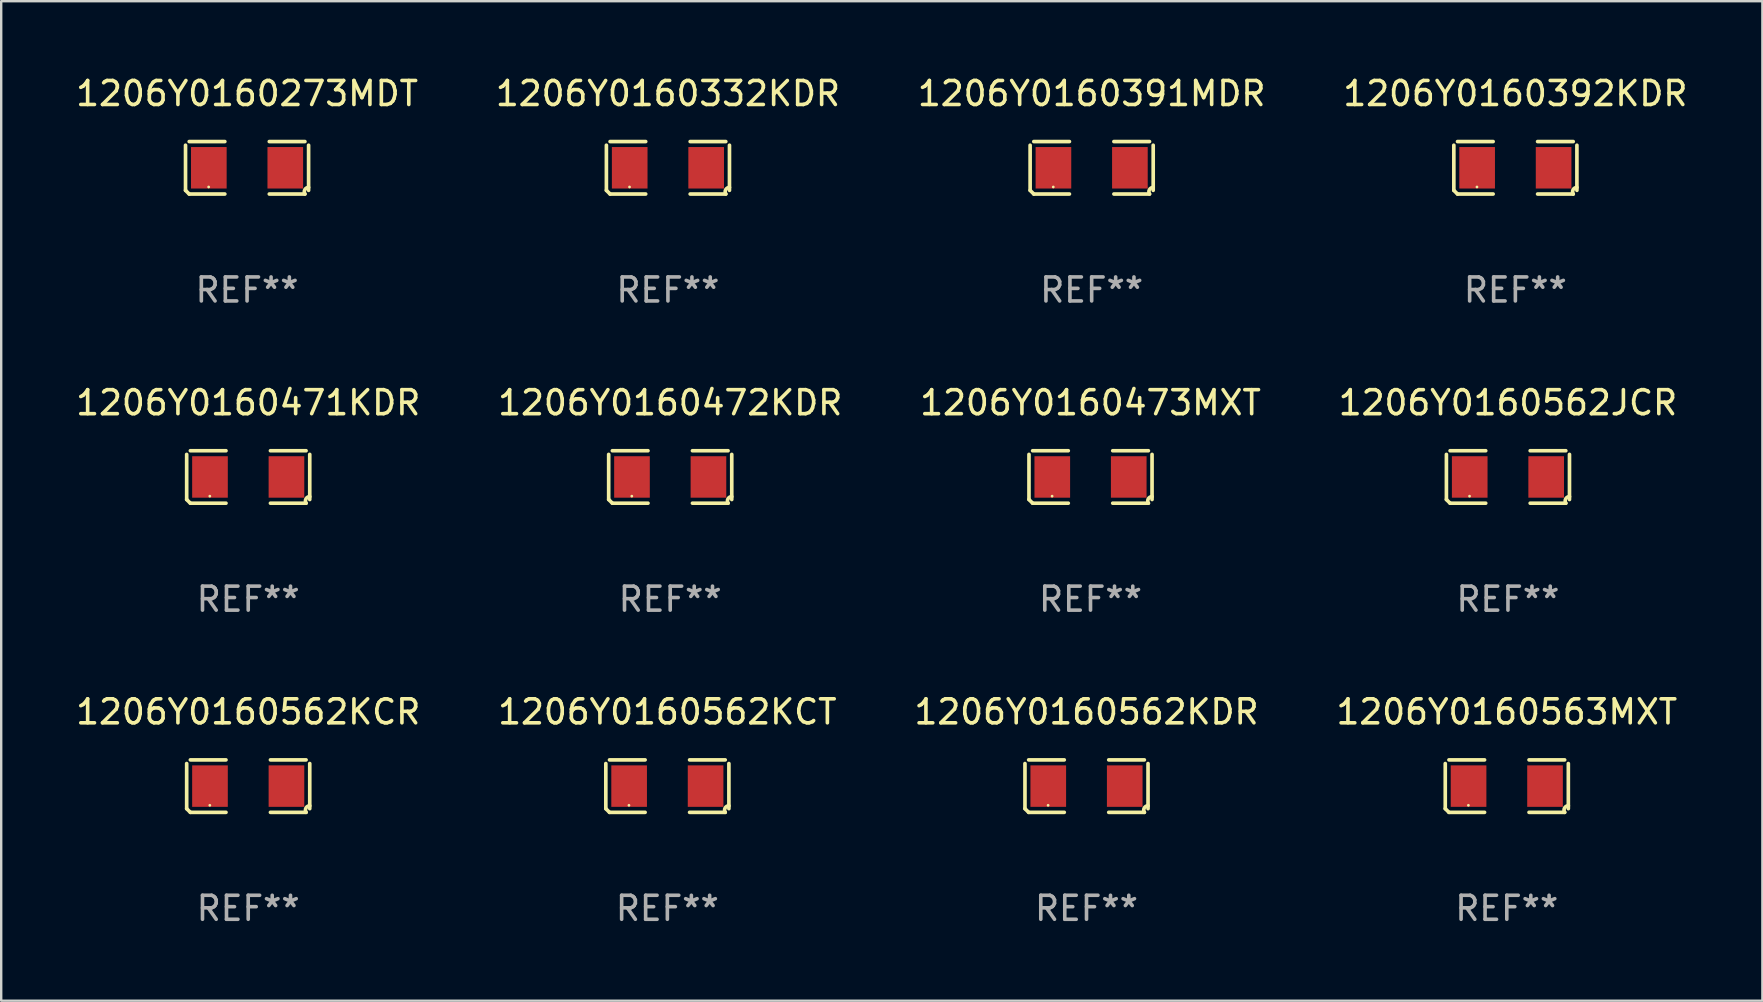
<source format=kicad_pcb>
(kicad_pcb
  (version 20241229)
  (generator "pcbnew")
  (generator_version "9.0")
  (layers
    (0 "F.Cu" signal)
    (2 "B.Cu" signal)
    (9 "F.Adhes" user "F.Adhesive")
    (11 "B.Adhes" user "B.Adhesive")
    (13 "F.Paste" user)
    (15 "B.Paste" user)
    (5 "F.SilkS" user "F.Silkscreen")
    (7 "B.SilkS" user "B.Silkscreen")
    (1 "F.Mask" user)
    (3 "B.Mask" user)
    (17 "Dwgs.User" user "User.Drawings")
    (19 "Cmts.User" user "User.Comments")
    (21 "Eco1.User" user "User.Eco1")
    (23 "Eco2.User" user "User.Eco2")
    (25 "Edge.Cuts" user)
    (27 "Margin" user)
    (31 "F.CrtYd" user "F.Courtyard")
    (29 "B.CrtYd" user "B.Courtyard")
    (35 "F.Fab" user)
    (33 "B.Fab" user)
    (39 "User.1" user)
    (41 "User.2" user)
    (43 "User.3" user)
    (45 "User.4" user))
  (footprint "1206Y0160332KDR"
    (layer "F.Cu")
    (at 24.78 3.941)
    (property "Reference" "1206Y0160332KDR" (at 0 -3.093 0) (layer "F.SilkS") (effects (font (size 1 1) (thickness 0.15))))
    (attr through_hole)
    (fp_line (start -2.564 0.94) (end -2.564 -0.94) (stroke (width 0.152) (type solid)) (layer "F.SilkS"))
    (fp_line (start -2.411 -1.093) (end -0.926 -1.093) (stroke (width 0.152) (type solid)) (layer "F.SilkS"))
    (fp_line (start -0.926 1.093) (end -2.411 1.093) (stroke (width 0.152) (type solid)) (layer "F.SilkS"))
    (fp_line (start 0.926 1.093) (end 2.411 1.093) (stroke (width 0.152) (type solid)) (layer "F.SilkS"))
    (fp_line (start 2.411 -1.093) (end 0.926 -1.093) (stroke (width 0.152) (type solid)) (layer "F.SilkS"))
    (fp_line (start 2.564 0.94) (end 2.564 -0.94) (stroke (width 0.152) (type solid)) (layer "F.SilkS"))
    (fp_arc (start -2.411201 1.092609) (mid -2.487413 1.01642) (end -2.563602 0.940208) (stroke (width 0.1524) (type solid)) (layer "F.SilkS"))
    (fp_arc (start 2.411201 1.092609) (mid 2.407159 0.911226) (end 2.563602 0.819347) (stroke (width 0.1524) (type solid)) (layer "F.SilkS"))
    (fp_circle (center -1.6 0.8) (end -1.57 0.8) (stroke (width 0.06) (type solid)) (fill no) (layer "F.SilkS"))
    (fp_text user "REF**" (at 0 5.093 0) (layer "F.Fab") (effects (font (size 1 1) (thickness 0.15))))
    (pad "1" smd rect (at -1.593 0) (size 1.485 1.728) (layers "F.Cu" "F.Mask" "F.Paste"))
    (pad "2" smd rect (at 1.593 0) (size 1.485 1.728) (layers "F.Cu" "F.Mask" "F.Paste")))
  (footprint "1206Y0160391MDR"
    (layer "F.Cu")
    (at 42.435 3.941)
    (property "Reference" "1206Y0160391MDR" (at 0 -3.093 0) (layer "F.SilkS") (effects (font (size 1 1) (thickness 0.15))))
    (attr through_hole)
    (fp_line (start -2.564 0.94) (end -2.564 -0.94) (stroke (width 0.152) (type solid)) (layer "F.SilkS"))
    (fp_line (start -2.411 -1.093) (end -0.926 -1.093) (stroke (width 0.152) (type solid)) (layer "F.SilkS"))
    (fp_line (start -0.926 1.093) (end -2.411 1.093) (stroke (width 0.152) (type solid)) (layer "F.SilkS"))
    (fp_line (start 0.926 1.093) (end 2.411 1.093) (stroke (width 0.152) (type solid)) (layer "F.SilkS"))
    (fp_line (start 2.411 -1.093) (end 0.926 -1.093) (stroke (width 0.152) (type solid)) (layer "F.SilkS"))
    (fp_line (start 2.564 0.94) (end 2.564 -0.94) (stroke (width 0.152) (type solid)) (layer "F.SilkS"))
    (fp_arc (start -2.411201 1.092609) (mid -2.487413 1.01642) (end -2.563602 0.940208) (stroke (width 0.1524) (type solid)) (layer "F.SilkS"))
    (fp_arc (start 2.411201 1.092609) (mid 2.407159 0.911226) (end 2.563602 0.819347) (stroke (width 0.1524) (type solid)) (layer "F.SilkS"))
    (fp_circle (center -1.6 0.8) (end -1.57 0.8) (stroke (width 0.06) (type solid)) (fill no) (layer "F.SilkS"))
    (fp_text user "REF**" (at 0 5.093 0) (layer "F.Fab") (effects (font (size 1 1) (thickness 0.15))))
    (pad "1" smd rect (at -1.593 0) (size 1.485 1.728) (layers "F.Cu" "F.Mask" "F.Paste"))
    (pad "2" smd rect (at 1.593 0) (size 1.485 1.728) (layers "F.Cu" "F.Mask" "F.Paste")))
  (footprint "1206Y0160273MDT"
    (layer "F.Cu")
    (at 7.244 3.941)
    (property "Reference" "1206Y0160273MDT" (at 0 -3.093 0) (layer "F.SilkS") (effects (font (size 1 1) (thickness 0.15))))
    (attr through_hole)
    (fp_line (start -2.564 0.94) (end -2.564 -0.94) (stroke (width 0.152) (type solid)) (layer "F.SilkS"))
    (fp_line (start -2.411 -1.093) (end -0.926 -1.093) (stroke (width 0.152) (type solid)) (layer "F.SilkS"))
    (fp_line (start -0.926 1.093) (end -2.411 1.093) (stroke (width 0.152) (type solid)) (layer "F.SilkS"))
    (fp_line (start 0.926 1.093) (end 2.411 1.093) (stroke (width 0.152) (type solid)) (layer "F.SilkS"))
    (fp_line (start 2.411 -1.093) (end 0.926 -1.093) (stroke (width 0.152) (type solid)) (layer "F.SilkS"))
    (fp_line (start 2.564 0.94) (end 2.564 -0.94) (stroke (width 0.152) (type solid)) (layer "F.SilkS"))
    (fp_arc (start -2.411201 1.092609) (mid -2.487413 1.01642) (end -2.563602 0.940208) (stroke (width 0.1524) (type solid)) (layer "F.SilkS"))
    (fp_arc (start 2.411201 1.092609) (mid 2.407159 0.911226) (end 2.563602 0.819347) (stroke (width 0.1524) (type solid)) (layer "F.SilkS"))
    (fp_circle (center -1.6 0.8) (end -1.57 0.8) (stroke (width 0.06) (type solid)) (fill no) (layer "F.SilkS"))
    (fp_text user "REF**" (at 0 5.093 0) (layer "F.Fab") (effects (font (size 1 1) (thickness 0.15))))
    (pad "1" smd rect (at -1.593 0) (size 1.485 1.728) (layers "F.Cu" "F.Mask" "F.Paste"))
    (pad "2" smd rect (at 1.593 0) (size 1.485 1.728) (layers "F.Cu" "F.Mask" "F.Paste")))
  (footprint "1206Y0160563MXT"
    (layer "F.Cu")
    (at 59.732 29.704)
    (property "Reference" "1206Y0160563MXT" (at 0 -3.093 0) (layer "F.SilkS") (effects (font (size 1 1) (thickness 0.15))))
    (attr through_hole)
    (fp_line (start -2.564 0.94) (end -2.564 -0.94) (stroke (width 0.152) (type solid)) (layer "F.SilkS"))
    (fp_line (start -2.411 -1.093) (end -0.926 -1.093) (stroke (width 0.152) (type solid)) (layer "F.SilkS"))
    (fp_line (start -0.926 1.093) (end -2.411 1.093) (stroke (width 0.152) (type solid)) (layer "F.SilkS"))
    (fp_line (start 0.926 1.093) (end 2.411 1.093) (stroke (width 0.152) (type solid)) (layer "F.SilkS"))
    (fp_line (start 2.411 -1.093) (end 0.926 -1.093) (stroke (width 0.152) (type solid)) (layer "F.SilkS"))
    (fp_line (start 2.564 0.94) (end 2.564 -0.94) (stroke (width 0.152) (type solid)) (layer "F.SilkS"))
    (fp_arc (start -2.411201 1.092609) (mid -2.487413 1.01642) (end -2.563602 0.940208) (stroke (width 0.1524) (type solid)) (layer "F.SilkS"))
    (fp_arc (start 2.411201 1.092609) (mid 2.407159 0.911226) (end 2.563602 0.819347) (stroke (width 0.1524) (type solid)) (layer "F.SilkS"))
    (fp_circle (center -1.6 0.8) (end -1.57 0.8) (stroke (width 0.06) (type solid)) (fill no) (layer "F.SilkS"))
    (fp_text user "REF**" (at 0 5.093 0) (layer "F.Fab") (effects (font (size 1 1) (thickness 0.15))))
    (pad "1" smd rect (at -1.593 0) (size 1.485 1.728) (layers "F.Cu" "F.Mask" "F.Paste"))
    (pad "2" smd rect (at 1.593 0) (size 1.485 1.728) (layers "F.Cu" "F.Mask" "F.Paste")))
  (footprint "1206Y0160473MXT"
    (layer "F.Cu")
    (at 42.387 16.823)
    (property "Reference" "1206Y0160473MXT" (at 0 -3.093 0) (layer "F.SilkS") (effects (font (size 1 1) (thickness 0.15))))
    (attr through_hole)
    (fp_line (start -2.564 0.94) (end -2.564 -0.94) (stroke (width 0.152) (type solid)) (layer "F.SilkS"))
    (fp_line (start -2.411 -1.093) (end -0.926 -1.093) (stroke (width 0.152) (type solid)) (layer "F.SilkS"))
    (fp_line (start -0.926 1.093) (end -2.411 1.093) (stroke (width 0.152) (type solid)) (layer "F.SilkS"))
    (fp_line (start 0.926 1.093) (end 2.411 1.093) (stroke (width 0.152) (type solid)) (layer "F.SilkS"))
    (fp_line (start 2.411 -1.093) (end 0.926 -1.093) (stroke (width 0.152) (type solid)) (layer "F.SilkS"))
    (fp_line (start 2.564 0.94) (end 2.564 -0.94) (stroke (width 0.152) (type solid)) (layer "F.SilkS"))
    (fp_arc (start -2.411201 1.092609) (mid -2.487413 1.01642) (end -2.563602 0.940208) (stroke (width 0.1524) (type solid)) (layer "F.SilkS"))
    (fp_arc (start 2.411201 1.092609) (mid 2.407159 0.911226) (end 2.563602 0.819347) (stroke (width 0.1524) (type solid)) (layer "F.SilkS"))
    (fp_circle (center -1.6 0.8) (end -1.57 0.8) (stroke (width 0.06) (type solid)) (fill no) (layer "F.SilkS"))
    (fp_text user "REF**" (at 0 5.093 0) (layer "F.Fab") (effects (font (size 1 1) (thickness 0.15))))
    (pad "1" smd rect (at -1.593 0) (size 1.485 1.728) (layers "F.Cu" "F.Mask" "F.Paste"))
    (pad "2" smd rect (at 1.593 0) (size 1.485 1.728) (layers "F.Cu" "F.Mask" "F.Paste")))
  (footprint "1206Y0160562JCR"
    (layer "F.Cu")
    (at 59.78 16.823)
    (property "Reference" "1206Y0160562JCR" (at 0 -3.093 0) (layer "F.SilkS") (effects (font (size 1 1) (thickness 0.15))))
    (attr through_hole)
    (fp_line (start -2.564 0.94) (end -2.564 -0.94) (stroke (width 0.152) (type solid)) (layer "F.SilkS"))
    (fp_line (start -2.411 -1.093) (end -0.926 -1.093) (stroke (width 0.152) (type solid)) (layer "F.SilkS"))
    (fp_line (start -0.926 1.093) (end -2.411 1.093) (stroke (width 0.152) (type solid)) (layer "F.SilkS"))
    (fp_line (start 0.926 1.093) (end 2.411 1.093) (stroke (width 0.152) (type solid)) (layer "F.SilkS"))
    (fp_line (start 2.411 -1.093) (end 0.926 -1.093) (stroke (width 0.152) (type solid)) (layer "F.SilkS"))
    (fp_line (start 2.564 0.94) (end 2.564 -0.94) (stroke (width 0.152) (type solid)) (layer "F.SilkS"))
    (fp_arc (start -2.411201 1.092609) (mid -2.487413 1.01642) (end -2.563602 0.940208) (stroke (width 0.1524) (type solid)) (layer "F.SilkS"))
    (fp_arc (start 2.411201 1.092609) (mid 2.407159 0.911226) (end 2.563602 0.819347) (stroke (width 0.1524) (type solid)) (layer "F.SilkS"))
    (fp_circle (center -1.6 0.8) (end -1.57 0.8) (stroke (width 0.06) (type solid)) (fill no) (layer "F.SilkS"))
    (fp_text user "REF**" (at 0 5.093 0) (layer "F.Fab") (effects (font (size 1 1) (thickness 0.15))))
    (pad "1" smd rect (at -1.593 0) (size 1.485 1.728) (layers "F.Cu" "F.Mask" "F.Paste"))
    (pad "2" smd rect (at 1.593 0) (size 1.485 1.728) (layers "F.Cu" "F.Mask" "F.Paste")))
  (footprint "1206Y0160472KDR"
    (layer "F.Cu")
    (at 24.875 16.823)
    (property "Reference" "1206Y0160472KDR" (at 0 -3.093 0) (layer "F.SilkS") (effects (font (size 1 1) (thickness 0.15))))
    (attr through_hole)
    (fp_line (start -2.564 0.94) (end -2.564 -0.94) (stroke (width 0.152) (type solid)) (layer "F.SilkS"))
    (fp_line (start -2.411 -1.093) (end -0.926 -1.093) (stroke (width 0.152) (type solid)) (layer "F.SilkS"))
    (fp_line (start -0.926 1.093) (end -2.411 1.093) (stroke (width 0.152) (type solid)) (layer "F.SilkS"))
    (fp_line (start 0.926 1.093) (end 2.411 1.093) (stroke (width 0.152) (type solid)) (layer "F.SilkS"))
    (fp_line (start 2.411 -1.093) (end 0.926 -1.093) (stroke (width 0.152) (type solid)) (layer "F.SilkS"))
    (fp_line (start 2.564 0.94) (end 2.564 -0.94) (stroke (width 0.152) (type solid)) (layer "F.SilkS"))
    (fp_arc (start -2.411201 1.092609) (mid -2.487413 1.01642) (end -2.563602 0.940208) (stroke (width 0.1524) (type solid)) (layer "F.SilkS"))
    (fp_arc (start 2.411201 1.092609) (mid 2.407159 0.911226) (end 2.563602 0.819347) (stroke (width 0.1524) (type solid)) (layer "F.SilkS"))
    (fp_circle (center -1.6 0.8) (end -1.57 0.8) (stroke (width 0.06) (type solid)) (fill no) (layer "F.SilkS"))
    (fp_text user "REF**" (at 0 5.093 0) (layer "F.Fab") (effects (font (size 1 1) (thickness 0.15))))
    (pad "1" smd rect (at -1.593 0) (size 1.485 1.728) (layers "F.Cu" "F.Mask" "F.Paste"))
    (pad "2" smd rect (at 1.593 0) (size 1.485 1.728) (layers "F.Cu" "F.Mask" "F.Paste")))
  (footprint "1206Y0160562KCR"
    (layer "F.Cu")
    (at 7.292 29.704)
    (property "Reference" "1206Y0160562KCR" (at 0 -3.093 0) (layer "F.SilkS") (effects (font (size 1 1) (thickness 0.15))))
    (attr through_hole)
    (fp_line (start -2.564 0.94) (end -2.564 -0.94) (stroke (width 0.152) (type solid)) (layer "F.SilkS"))
    (fp_line (start -2.411 -1.093) (end -0.926 -1.093) (stroke (width 0.152) (type solid)) (layer "F.SilkS"))
    (fp_line (start -0.926 1.093) (end -2.411 1.093) (stroke (width 0.152) (type solid)) (layer "F.SilkS"))
    (fp_line (start 0.926 1.093) (end 2.411 1.093) (stroke (width 0.152) (type solid)) (layer "F.SilkS"))
    (fp_line (start 2.411 -1.093) (end 0.926 -1.093) (stroke (width 0.152) (type solid)) (layer "F.SilkS"))
    (fp_line (start 2.564 0.94) (end 2.564 -0.94) (stroke (width 0.152) (type solid)) (layer "F.SilkS"))
    (fp_arc (start -2.411201 1.092609) (mid -2.487413 1.01642) (end -2.563602 0.940208) (stroke (width 0.1524) (type solid)) (layer "F.SilkS"))
    (fp_arc (start 2.411201 1.092609) (mid 2.407159 0.911226) (end 2.563602 0.819347) (stroke (width 0.1524) (type solid)) (layer "F.SilkS"))
    (fp_circle (center -1.6 0.8) (end -1.57 0.8) (stroke (width 0.06) (type solid)) (fill no) (layer "F.SilkS"))
    (fp_text user "REF**" (at 0 5.093 0) (layer "F.Fab") (effects (font (size 1 1) (thickness 0.15))))
    (pad "1" smd rect (at -1.593 0) (size 1.485 1.728) (layers "F.Cu" "F.Mask" "F.Paste"))
    (pad "2" smd rect (at 1.593 0) (size 1.485 1.728) (layers "F.Cu" "F.Mask" "F.Paste")))
  (footprint "1206Y0160471KDR"
    (layer "F.Cu")
    (at 7.292 16.823)
    (property "Reference" "1206Y0160471KDR" (at 0 -3.093 0) (layer "F.SilkS") (effects (font (size 1 1) (thickness 0.15))))
    (attr through_hole)
    (fp_line (start -2.564 0.94) (end -2.564 -0.94) (stroke (width 0.152) (type solid)) (layer "F.SilkS"))
    (fp_line (start -2.411 -1.093) (end -0.926 -1.093) (stroke (width 0.152) (type solid)) (layer "F.SilkS"))
    (fp_line (start -0.926 1.093) (end -2.411 1.093) (stroke (width 0.152) (type solid)) (layer "F.SilkS"))
    (fp_line (start 0.926 1.093) (end 2.411 1.093) (stroke (width 0.152) (type solid)) (layer "F.SilkS"))
    (fp_line (start 2.411 -1.093) (end 0.926 -1.093) (stroke (width 0.152) (type solid)) (layer "F.SilkS"))
    (fp_line (start 2.564 0.94) (end 2.564 -0.94) (stroke (width 0.152) (type solid)) (layer "F.SilkS"))
    (fp_arc (start -2.411201 1.092609) (mid -2.487413 1.01642) (end -2.563602 0.940208) (stroke (width 0.1524) (type solid)) (layer "F.SilkS"))
    (fp_arc (start 2.411201 1.092609) (mid 2.407159 0.911226) (end 2.563602 0.819347) (stroke (width 0.1524) (type solid)) (layer "F.SilkS"))
    (fp_circle (center -1.6 0.8) (end -1.57 0.8) (stroke (width 0.06) (type solid)) (fill no) (layer "F.SilkS"))
    (fp_text user "REF**" (at 0 5.093 0) (layer "F.Fab") (effects (font (size 1 1) (thickness 0.15))))
    (pad "1" smd rect (at -1.593 0) (size 1.485 1.728) (layers "F.Cu" "F.Mask" "F.Paste"))
    (pad "2" smd rect (at 1.593 0) (size 1.485 1.728) (layers "F.Cu" "F.Mask" "F.Paste")))
  (footprint "1206Y0160392KDR"
    (layer "F.Cu")
    (at 60.089 3.941)
    (property "Reference" "1206Y0160392KDR" (at 0 -3.093 0) (layer "F.SilkS") (effects (font (size 1 1) (thickness 0.15))))
    (attr through_hole)
    (fp_line (start -2.564 0.94) (end -2.564 -0.94) (stroke (width 0.152) (type solid)) (layer "F.SilkS"))
    (fp_line (start -2.411 -1.093) (end -0.926 -1.093) (stroke (width 0.152) (type solid)) (layer "F.SilkS"))
    (fp_line (start -0.926 1.093) (end -2.411 1.093) (stroke (width 0.152) (type solid)) (layer "F.SilkS"))
    (fp_line (start 0.926 1.093) (end 2.411 1.093) (stroke (width 0.152) (type solid)) (layer "F.SilkS"))
    (fp_line (start 2.411 -1.093) (end 0.926 -1.093) (stroke (width 0.152) (type solid)) (layer "F.SilkS"))
    (fp_line (start 2.564 0.94) (end 2.564 -0.94) (stroke (width 0.152) (type solid)) (layer "F.SilkS"))
    (fp_arc (start -2.411201 1.092609) (mid -2.487413 1.01642) (end -2.563602 0.940208) (stroke (width 0.1524) (type solid)) (layer "F.SilkS"))
    (fp_arc (start 2.411201 1.092609) (mid 2.407159 0.911226) (end 2.563602 0.819347) (stroke (width 0.1524) (type solid)) (layer "F.SilkS"))
    (fp_circle (center -1.6 0.8) (end -1.57 0.8) (stroke (width 0.06) (type solid)) (fill no) (layer "F.SilkS"))
    (fp_text user "REF**" (at 0 5.093 0) (layer "F.Fab") (effects (font (size 1 1) (thickness 0.15))))
    (pad "1" smd rect (at -1.593 0) (size 1.485 1.728) (layers "F.Cu" "F.Mask" "F.Paste"))
    (pad "2" smd rect (at 1.593 0) (size 1.485 1.728) (layers "F.Cu" "F.Mask" "F.Paste")))
  (footprint "1206Y0160562KCT"
    (layer "F.Cu")
    (at 24.756 29.704)
    (property "Reference" "1206Y0160562KCT" (at 0 -3.093 0) (layer "F.SilkS") (effects (font (size 1 1) (thickness 0.15))))
    (attr through_hole)
    (fp_line (start -2.564 0.94) (end -2.564 -0.94) (stroke (width 0.152) (type solid)) (layer "F.SilkS"))
    (fp_line (start -2.411 -1.093) (end -0.926 -1.093) (stroke (width 0.152) (type solid)) (layer "F.SilkS"))
    (fp_line (start -0.926 1.093) (end -2.411 1.093) (stroke (width 0.152) (type solid)) (layer "F.SilkS"))
    (fp_line (start 0.926 1.093) (end 2.411 1.093) (stroke (width 0.152) (type solid)) (layer "F.SilkS"))
    (fp_line (start 2.411 -1.093) (end 0.926 -1.093) (stroke (width 0.152) (type solid)) (layer "F.SilkS"))
    (fp_line (start 2.564 0.94) (end 2.564 -0.94) (stroke (width 0.152) (type solid)) (layer "F.SilkS"))
    (fp_arc (start -2.411201 1.092609) (mid -2.487413 1.01642) (end -2.563602 0.940208) (stroke (width 0.1524) (type solid)) (layer "F.SilkS"))
    (fp_arc (start 2.411201 1.092609) (mid 2.407159 0.911226) (end 2.563602 0.819347) (stroke (width 0.1524) (type solid)) (layer "F.SilkS"))
    (fp_circle (center -1.6 0.8) (end -1.57 0.8) (stroke (width 0.06) (type solid)) (fill no) (layer "F.SilkS"))
    (fp_text user "REF**" (at 0 5.093 0) (layer "F.Fab") (effects (font (size 1 1) (thickness 0.15))))
    (pad "1" smd rect (at -1.593 0) (size 1.485 1.728) (layers "F.Cu" "F.Mask" "F.Paste"))
    (pad "2" smd rect (at 1.593 0) (size 1.485 1.728) (layers "F.Cu" "F.Mask" "F.Paste")))
  (footprint "1206Y0160562KDR"
    (layer "F.Cu")
    (at 42.22 29.704)
    (property "Reference" "1206Y0160562KDR" (at 0 -3.093 0) (layer "F.SilkS") (effects (font (size 1 1) (thickness 0.15))))
    (attr through_hole)
    (fp_line (start -2.564 0.94) (end -2.564 -0.94) (stroke (width 0.152) (type solid)) (layer "F.SilkS"))
    (fp_line (start -2.411 -1.093) (end -0.926 -1.093) (stroke (width 0.152) (type solid)) (layer "F.SilkS"))
    (fp_line (start -0.926 1.093) (end -2.411 1.093) (stroke (width 0.152) (type solid)) (layer "F.SilkS"))
    (fp_line (start 0.926 1.093) (end 2.411 1.093) (stroke (width 0.152) (type solid)) (layer "F.SilkS"))
    (fp_line (start 2.411 -1.093) (end 0.926 -1.093) (stroke (width 0.152) (type solid)) (layer "F.SilkS"))
    (fp_line (start 2.564 0.94) (end 2.564 -0.94) (stroke (width 0.152) (type solid)) (layer "F.SilkS"))
    (fp_arc (start -2.411201 1.092609) (mid -2.487413 1.01642) (end -2.563602 0.940208) (stroke (width 0.1524) (type solid)) (layer "F.SilkS"))
    (fp_arc (start 2.411201 1.092609) (mid 2.407159 0.911226) (end 2.563602 0.819347) (stroke (width 0.1524) (type solid)) (layer "F.SilkS"))
    (fp_circle (center -1.6 0.8) (end -1.57 0.8) (stroke (width 0.06) (type solid)) (fill no) (layer "F.SilkS"))
    (fp_text user "REF**" (at 0 5.093 0) (layer "F.Fab") (effects (font (size 1 1) (thickness 0.15))))
    (pad "1" smd rect (at -1.593 0) (size 1.485 1.728) (layers "F.Cu" "F.Mask" "F.Paste"))
    (pad "2" smd rect (at 1.593 0) (size 1.485 1.728) (layers "F.Cu" "F.Mask" "F.Paste")))
  (gr_rect
    (start -3 -3)
    (end 70.381 38.645)
    (stroke (width 0.1) (type default))
    (fill no)
    (layer "Edge.Cuts")))
</source>
